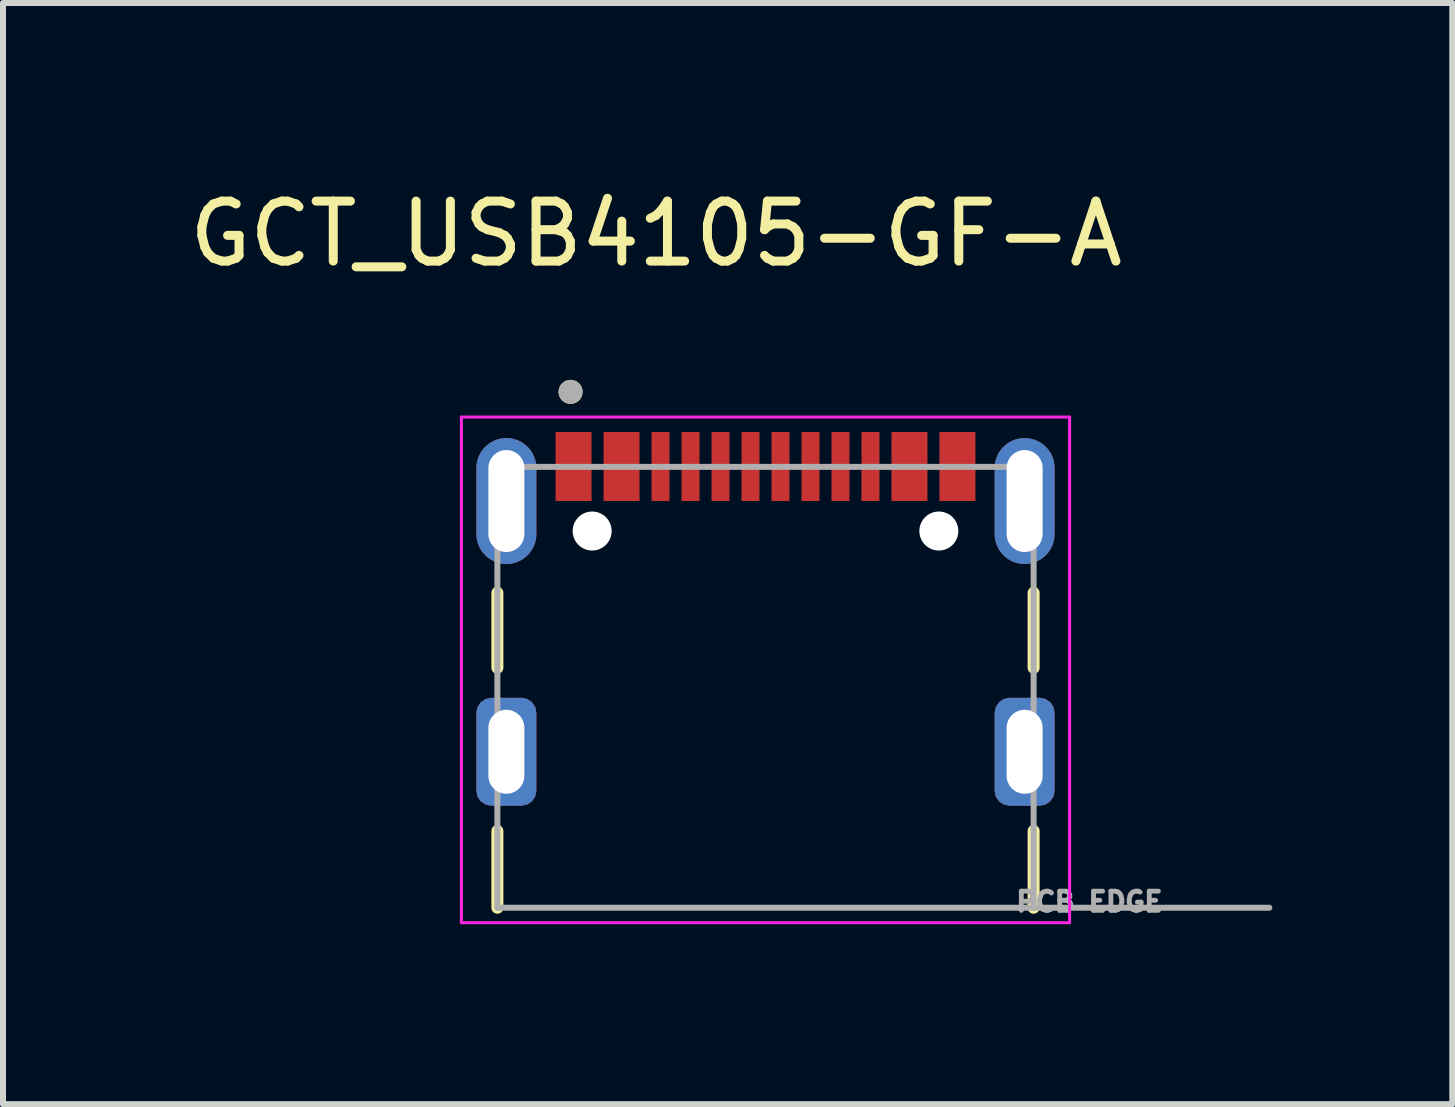
<source format=kicad_pcb>
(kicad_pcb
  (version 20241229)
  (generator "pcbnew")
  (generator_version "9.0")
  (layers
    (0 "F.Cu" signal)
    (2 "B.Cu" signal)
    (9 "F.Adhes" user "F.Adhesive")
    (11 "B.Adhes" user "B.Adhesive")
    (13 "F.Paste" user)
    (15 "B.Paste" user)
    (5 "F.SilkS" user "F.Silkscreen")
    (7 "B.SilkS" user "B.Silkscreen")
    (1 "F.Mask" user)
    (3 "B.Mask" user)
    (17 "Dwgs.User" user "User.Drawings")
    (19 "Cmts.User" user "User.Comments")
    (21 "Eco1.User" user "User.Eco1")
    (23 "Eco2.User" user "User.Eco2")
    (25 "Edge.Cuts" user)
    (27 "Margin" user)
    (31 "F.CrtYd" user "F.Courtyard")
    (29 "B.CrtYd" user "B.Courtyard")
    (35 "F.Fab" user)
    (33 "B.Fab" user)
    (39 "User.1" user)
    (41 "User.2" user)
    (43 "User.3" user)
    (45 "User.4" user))
  (footprint "GCT_USB4105-GF-A"
    (layer "F.Cu")
    (at 9.712 9.483)
    (property "Reference" "GCT_USB4105-GF-A" (at -1.825 -8.635 0) (layer "F.SilkS") (effects (font (size 1 1) (thickness 0.15))))
    (attr smd)
    (fp_line (start -4.47 -2.65) (end -4.47 -1.4) (stroke (width 0.2) (type solid)) (layer "F.SilkS"))
    (fp_line (start -4.47 1.32) (end -4.47 2.6) (stroke (width 0.2) (type solid)) (layer "F.SilkS"))
    (fp_line (start 4.47 -2.65) (end 4.47 -1.4) (stroke (width 0.2) (type solid)) (layer "F.SilkS"))
    (fp_line (start 4.47 2.6) (end 4.47 1.32) (stroke (width 0.2) (type solid)) (layer "F.SilkS"))
    (fp_circle (center -3.25 -6) (end -3.15 -6) (stroke (width 0.2) (type solid)) (fill no) (layer "F.SilkS"))
    (fp_line (start -5.07 -5.58) (end -5.07 2.85) (stroke (width 0.05) (type solid)) (layer "F.CrtYd"))
    (fp_line (start -5.07 2.85) (end 5.07 2.85) (stroke (width 0.05) (type solid)) (layer "F.CrtYd"))
    (fp_line (start 5.07 -5.58) (end -5.07 -5.58) (stroke (width 0.05) (type solid)) (layer "F.CrtYd"))
    (fp_line (start 5.07 2.85) (end 5.07 -5.58) (stroke (width 0.05) (type solid)) (layer "F.CrtYd"))
    (fp_line (start -4.47 -4.75) (end 4.47 -4.75) (stroke (width 0.1) (type solid)) (layer "F.Fab"))
    (fp_line (start -4.47 2.6) (end -4.47 -4.75) (stroke (width 0.1) (type solid)) (layer "F.Fab"))
    (fp_line (start 4.47 -4.75) (end 4.47 2.6) (stroke (width 0.1) (type solid)) (layer "F.Fab"))
    (fp_line (start 4.47 2.6) (end -4.47 2.6) (stroke (width 0.1) (type solid)) (layer "F.Fab"))
    (fp_line (start 4.47 2.6) (end 8.4 2.6) (stroke (width 0.1) (type solid)) (layer "F.Fab"))
    (fp_circle (center -3.25 -6) (end -3.15 -6) (stroke (width 0.2) (type solid)) (fill no) (layer "F.Fab"))
    (fp_text user "PCB EDGE" (at 5.4 2.5 0) (layer "F.Fab") (effects (font (size 0.32 0.32) (thickness 0.15))))
    (pad "" np_thru_hole circle (at -2.89 -3.68) (size 0.65 0.65) (drill 0.65) (layers "*.Cu" "*.Mask"))
    (pad "" np_thru_hole circle (at 2.89 -3.68) (size 0.65 0.65) (drill 0.65) (layers "*.Cu" "*.Mask"))
    (pad "A1" smd rect (at -3.2 -4.755) (size 0.6 1.15) (layers "F.Cu" "F.Mask" "F.Paste"))
    (pad "A4" smd rect (at -2.4 -4.755) (size 0.6 1.15) (layers "F.Cu" "F.Mask" "F.Paste"))
    (pad "A5" smd rect (at -1.25 -4.755) (size 0.3 1.15) (layers "F.Cu" "F.Mask" "F.Paste"))
    (pad "A6" smd rect (at -0.25 -4.755) (size 0.3 1.15) (layers "F.Cu" "F.Mask" "F.Paste"))
    (pad "A7" smd rect (at 0.25 -4.755) (size 0.3 1.15) (layers "F.Cu" "F.Mask" "F.Paste"))
    (pad "A8" smd rect (at 1.25 -4.755) (size 0.3 1.15) (layers "F.Cu" "F.Mask" "F.Paste"))
    (pad "B5" smd rect (at 1.75 -4.755) (size 0.3 1.15) (layers "F.Cu" "F.Mask" "F.Paste"))
    (pad "B6" smd rect (at 0.75 -4.755) (size 0.3 1.15) (layers "F.Cu" "F.Mask" "F.Paste"))
    (pad "B7" smd rect (at -0.75 -4.755) (size 0.3 1.15) (layers "F.Cu" "F.Mask" "F.Paste"))
    (pad "B8" smd rect (at -1.75 -4.755) (size 0.3 1.15) (layers "F.Cu" "F.Mask" "F.Paste"))
    (pad "B9" smd rect (at 2.4 -4.755) (size 0.6 1.15) (layers "F.Cu" "F.Mask" "F.Paste"))
    (pad "B12" smd rect (at 3.2 -4.755) (size 0.6 1.15) (layers "F.Cu" "F.Mask" "F.Paste"))
    (pad "SH1" thru_hole oval (at -4.32 -4.18) (size 1 2.1) (drill oval 0.6 1.7) (layers "*.Cu" "*.Mask"))
    (pad "SH2" thru_hole oval (at 4.32 -4.18) (size 1 2.1) (drill oval 0.6 1.7) (layers "*.Cu" "*.Mask"))
    (pad "SH3" thru_hole roundrect (at -4.32 0) (size 1 1.8) (drill oval 0.6 1.4) (layers "*.Cu" "*.Mask") (roundrect_rratio 0.25))
    (pad "SH4" thru_hole roundrect (at 4.32 0) (size 1 1.8) (drill oval 0.6 1.4) (layers "*.Cu" "*.Mask") (roundrect_rratio 0.25)))
  (gr_rect
    (start -3 -3)
    (end 21.162 15.358)
    (stroke (width 0.1) (type default))
    (fill no)
    (layer "Edge.Cuts")))
</source>
